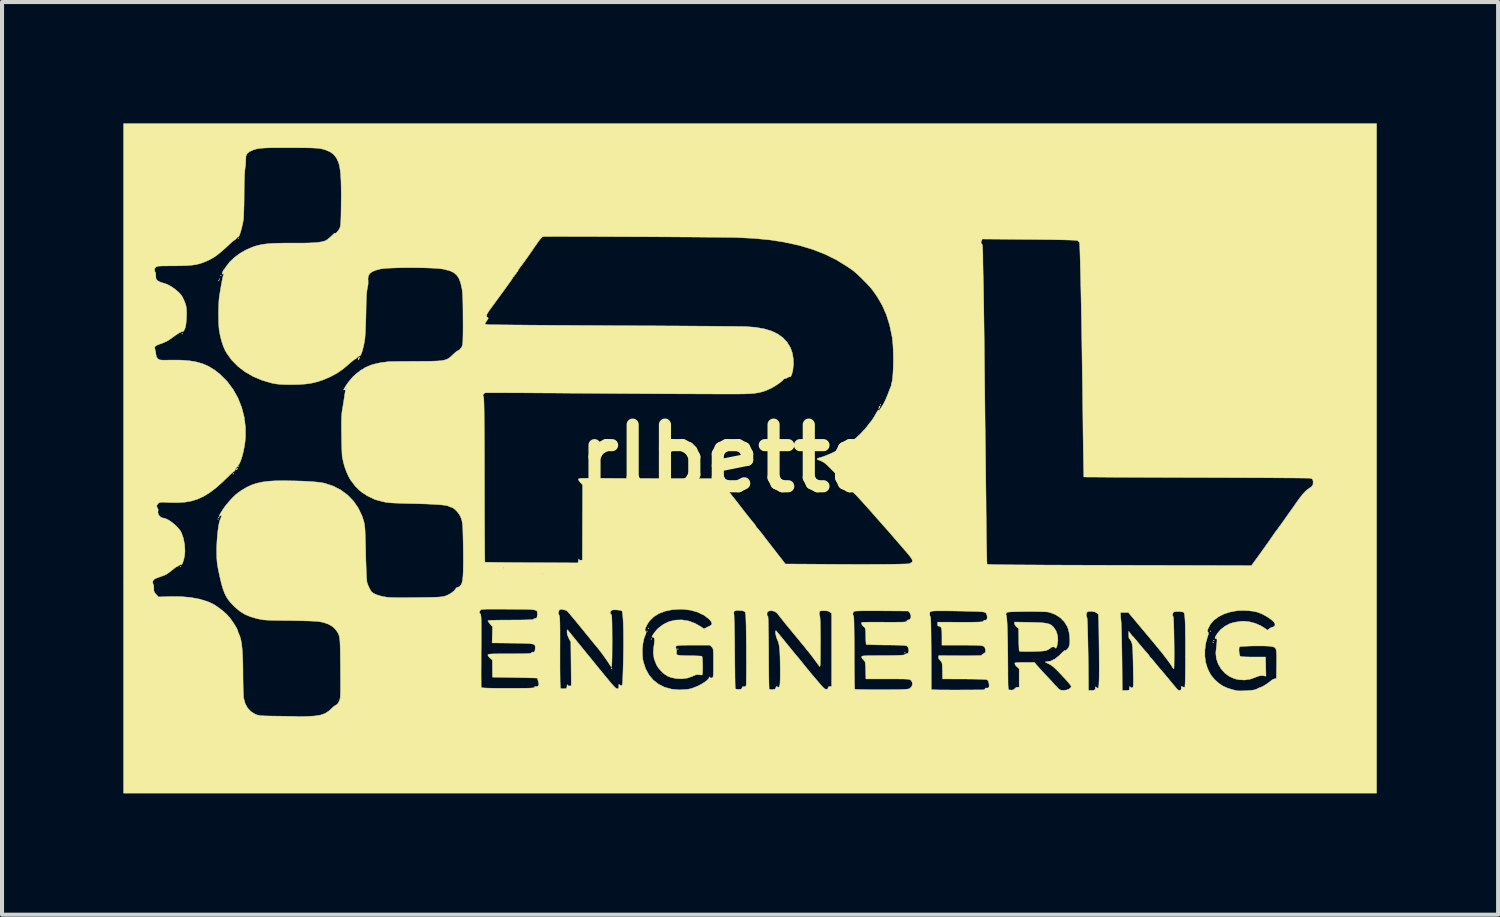
<source format=kicad_pcb>
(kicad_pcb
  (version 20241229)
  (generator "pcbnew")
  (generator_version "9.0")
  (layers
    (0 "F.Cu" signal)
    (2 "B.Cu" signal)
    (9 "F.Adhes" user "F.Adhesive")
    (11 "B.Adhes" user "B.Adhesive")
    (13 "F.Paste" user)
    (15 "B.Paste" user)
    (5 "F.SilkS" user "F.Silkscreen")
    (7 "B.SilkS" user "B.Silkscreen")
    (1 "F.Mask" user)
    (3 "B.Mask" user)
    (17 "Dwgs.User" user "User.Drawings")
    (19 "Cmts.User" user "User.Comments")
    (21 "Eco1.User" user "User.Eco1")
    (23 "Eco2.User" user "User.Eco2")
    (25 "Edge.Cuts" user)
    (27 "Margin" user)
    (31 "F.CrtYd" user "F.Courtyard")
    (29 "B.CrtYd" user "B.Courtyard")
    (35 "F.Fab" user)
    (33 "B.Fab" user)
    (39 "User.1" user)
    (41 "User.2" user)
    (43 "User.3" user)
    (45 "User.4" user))
  (footprint "rlbetter"
    (layer "F.Cu")
    (at 15.494 8.282)
    (property "Reference" "rlbetter" (at 0 0 0) (layer "F.SilkS") (effects (font (size 1.524 1.524) (thickness 0.3))))
    (attr through_hole)
    (fp_poly (pts (xy -14.068 2.673) (xy -14.077 2.682) (xy -14.085 2.673) (xy -14.077 2.664) (xy -14.068 2.673)) (stroke (width 0.01) (type solid)) (fill yes) (layer "F.SilkS"))
    (fp_poly (pts (xy -14.032 -3.082) (xy -14.041 -3.073) (xy -14.05 -3.082) (xy -14.041 -3.091) (xy -14.032 -3.082)) (stroke (width 0.01) (type solid)) (fill yes) (layer "F.SilkS"))
    (fp_poly (pts (xy -13.144 1.501) (xy -13.153 1.51) (xy -13.162 1.501) (xy -13.153 1.492) (xy -13.144 1.501)) (stroke (width 0.01) (type solid)) (fill yes) (layer "F.SilkS"))
    (fp_poly (pts (xy -13.126 -4.396) (xy -13.135 -4.387) (xy -13.144 -4.396) (xy -13.135 -4.405) (xy -13.126 -4.396)) (stroke (width 0.01) (type solid)) (fill yes) (layer "F.SilkS"))
    (fp_poly (pts (xy -13.126 1.465) (xy -13.135 1.474) (xy -13.144 1.465) (xy -13.135 1.457) (xy -13.126 1.465)) (stroke (width 0.01) (type solid)) (fill yes) (layer "F.SilkS"))
    (fp_poly (pts (xy -13.109 -4.432) (xy -13.117 -4.423) (xy -13.126 -4.432) (xy -13.117 -4.441) (xy -13.109 -4.432)) (stroke (width 0.01) (type solid)) (fill yes) (layer "F.SilkS"))
    (fp_poly (pts (xy -13.073 -4.52) (xy -13.082 -4.512) (xy -13.091 -4.52) (xy -13.082 -4.529) (xy -13.073 -4.52)) (stroke (width 0.01) (type solid)) (fill yes) (layer "F.SilkS"))
    (fp_poly (pts (xy -12.771 0.382) (xy -12.78 0.391) (xy -12.789 0.382) (xy -12.78 0.373) (xy -12.771 0.382)) (stroke (width 0.01) (type solid)) (fill yes) (layer "F.SilkS"))
    (fp_poly (pts (xy -12.647 -5.444) (xy -12.656 -5.435) (xy -12.664 -5.444) (xy -12.656 -5.453) (xy -12.647 -5.444)) (stroke (width 0.01) (type solid)) (fill yes) (layer "F.SilkS"))
    (fp_poly (pts (xy -12.647 0.204) (xy -12.656 0.213) (xy -12.664 0.204) (xy -12.656 0.195) (xy -12.647 0.204)) (stroke (width 0.01) (type solid)) (fill yes) (layer "F.SilkS"))
    (fp_poly (pts (xy -2.54 4.272) (xy -2.549 4.281) (xy -2.558 4.272) (xy -2.549 4.263) (xy -2.54 4.272)) (stroke (width 0.01) (type solid)) (fill yes) (layer "F.SilkS"))
    (fp_poly (pts (xy -2.504 4.201) (xy -2.513 4.21) (xy -2.522 4.201) (xy -2.513 4.192) (xy -2.504 4.201)) (stroke (width 0.01) (type solid)) (fill yes) (layer "F.SilkS"))
    (fp_poly (pts (xy -2.433 4.467) (xy -2.442 4.476) (xy -2.451 4.467) (xy -2.442 4.458) (xy -2.433 4.467)) (stroke (width 0.01) (type solid)) (fill yes) (layer "F.SilkS"))
    (fp_poly (pts (xy -1.776 4.716) (xy -1.785 4.725) (xy -1.794 4.716) (xy -1.785 4.707) (xy -1.776 4.716)) (stroke (width 0.01) (type solid)) (fill yes) (layer "F.SilkS"))
    (fp_poly (pts (xy 3.233 -1.323) (xy 3.224 -1.314) (xy 3.215 -1.323) (xy 3.224 -1.332) (xy 3.233 -1.323)) (stroke (width 0.01) (type solid)) (fill yes) (layer "F.SilkS"))
    (fp_poly (pts (xy 3.837 4.805) (xy 3.828 4.814) (xy 3.819 4.805) (xy 3.828 4.796) (xy 3.837 4.805)) (stroke (width 0.01) (type solid)) (fill yes) (layer "F.SilkS"))
    (fp_poly (pts (xy 11.386 4.272) (xy 11.377 4.281) (xy 11.368 4.272) (xy 11.377 4.263) (xy 11.386 4.272)) (stroke (width 0.01) (type solid)) (fill yes) (layer "F.SilkS"))
    (fp_poly (pts (xy 11.457 4.556) (xy 11.448 4.565) (xy 11.439 4.556) (xy 11.448 4.547) (xy 11.457 4.556)) (stroke (width 0.01) (type solid)) (fill yes) (layer "F.SilkS"))
    (fp_poly (pts (xy 11.474 4.503) (xy 11.466 4.512) (xy 11.457 4.503) (xy 11.466 4.494) (xy 11.474 4.503)) (stroke (width 0.01) (type solid)) (fill yes) (layer "F.SilkS"))
    (fp_poly (pts (xy -3.416 5.175) (xy -3.414 5.196) (xy -3.416 5.198) (xy -3.427 5.196) (xy -3.428 5.187) (xy -3.422 5.172) (xy -3.416 5.175)) (stroke (width 0.01) (type solid)) (fill yes) (layer "F.SilkS"))
    (fp_poly (pts (xy -12.672 0.243) (xy -12.675 0.257) (xy -12.69 0.282) (xy -12.699 0.277) (xy -12.7 0.267) (xy -12.687 0.243) (xy -12.682 0.24) (xy -12.672 0.243)) (stroke (width 0.01) (type solid)) (fill yes) (layer "F.SilkS"))
    (fp_poly (pts (xy -9.654 -2.492) (xy -9.663 -2.469) (xy -9.68 -2.441) (xy -9.688 -2.433) (xy -9.69 -2.448) (xy -9.686 -2.469) (xy -9.671 -2.498) (xy -9.66 -2.504) (xy -9.654 -2.492)) (stroke (width 0.01) (type solid)) (fill yes) (layer "F.SilkS"))
    (fp_poly (pts (xy 3.214 -1.288) (xy 3.206 -1.259) (xy 3.197 -1.243) (xy 3.183 -1.229) (xy 3.18 -1.234) (xy 3.189 -1.264) (xy 3.197 -1.279) (xy 3.211 -1.293) (xy 3.214 -1.288)) (stroke (width 0.01) (type solid)) (fill yes) (layer "F.SilkS"))
    (fp_poly (pts (xy 6.923 4.053) (xy 7.07 4.057) (xy 7.186 4.062) (xy 7.276 4.07) (xy 7.346 4.082) (xy 7.4 4.098) (xy 7.443 4.12) (xy 7.48 4.15) (xy 7.512 4.185) (xy 7.569 4.274) (xy 7.602 4.382) (xy 7.61 4.501) (xy 7.591 4.621) (xy 7.583 4.649) (xy 7.568 4.687) (xy 7.556 4.695) (xy 7.542 4.68) (xy 7.512 4.66) (xy 7.473 4.663) (xy 7.438 4.676) (xy 7.425 4.688) (xy 7.41 4.703) (xy 7.374 4.725) (xy 7.358 4.734) (xy 7.328 4.747) (xy 7.29 4.756) (xy 7.24 4.763) (xy 7.171 4.768) (xy 7.077 4.772) (xy 6.978 4.774) (xy 6.872 4.776) (xy 6.781 4.775) (xy 6.711 4.773) (xy 6.667 4.769) (xy 6.655 4.765) (xy 6.651 4.743) (xy 6.648 4.691) (xy 6.645 4.617) (xy 6.642 4.528) (xy 6.642 4.479) (xy 6.638 4.209) (xy 6.587 4.166) (xy 6.554 4.128) (xy 6.537 4.09) (xy 6.537 4.085) (xy 6.537 4.046) (xy 6.923 4.053)) (stroke (width 0.01) (type solid)) (fill yes) (layer "F.SilkS"))
    (fp_poly (pts (xy 15.489 8.277) (xy -15.489 8.277) (xy -15.489 3.061) (xy -14.774 3.061) (xy -14.761 3.099) (xy -14.744 3.14) (xy -14.74 3.205) (xy -14.741 3.214) (xy -14.74 3.27) (xy -14.727 3.31) (xy -14.695 3.352) (xy -14.685 3.362) (xy -14.625 3.426) (xy -14.333 3.416) (xy -14.071 3.417) (xy -13.828 3.439) (xy -13.607 3.48) (xy -13.41 3.541) (xy -13.296 3.591) (xy -13.216 3.638) (xy -13.124 3.702) (xy -13.032 3.773) (xy -12.952 3.844) (xy -12.916 3.881) (xy -12.865 3.94) (xy -12.812 4.011) (xy -12.761 4.085) (xy -12.716 4.157) (xy -12.683 4.217) (xy -12.666 4.26) (xy -12.664 4.269) (xy -12.657 4.299) (xy -12.64 4.336) (xy -12.612 4.402) (xy -12.589 4.485) (xy -12.571 4.588) (xy -12.557 4.713) (xy -12.547 4.865) (xy -12.54 5.046) (xy -12.537 5.259) (xy -12.537 5.313) (xy -12.536 5.451) (xy -12.534 5.581) (xy -12.531 5.7) (xy -12.527 5.8) (xy -12.524 5.877) (xy -12.519 5.925) (xy -12.519 5.928) (xy -12.482 6.064) (xy -12.419 6.177) (xy -12.331 6.267) (xy -12.231 6.326) (xy -12.202 6.338) (xy -12.172 6.348) (xy -12.136 6.355) (xy -12.091 6.361) (xy -12.031 6.365) (xy -11.951 6.368) (xy -11.846 6.37) (xy -11.712 6.372) (xy -11.688 6.372) (xy -11.563 6.374) (xy -11.448 6.376) (xy -11.349 6.377) (xy -11.271 6.379) (xy -11.219 6.381) (xy -11.199 6.382) (xy -11.153 6.384) (xy -11.079 6.383) (xy -10.988 6.381) (xy -10.887 6.376) (xy -10.785 6.37) (xy -10.767 6.369) (xy -10.625 6.348) (xy -10.507 6.306) (xy -10.406 6.24) (xy -10.354 6.191) (xy -10.307 6.146) (xy -10.262 6.112) (xy -10.236 6.099) (xy -10.198 6.072) (xy -10.162 6.012) (xy -10.159 6.006) (xy -10.15 5.985) (xy -10.143 5.963) (xy -10.137 5.936) (xy -10.133 5.901) (xy -10.129 5.855) (xy -10.127 5.794) (xy -10.126 5.715) (xy -10.126 5.613) (xy -10.126 5.486) (xy -10.127 5.33) (xy -10.128 5.178) (xy -10.13 4.99) (xy -10.131 4.834) (xy -10.133 4.707) (xy -10.136 4.604) (xy -10.14 4.522) (xy -10.147 4.458) (xy -10.155 4.407) (xy -10.166 4.367) (xy -10.18 4.332) (xy -10.198 4.301) (xy -10.22 4.269) (xy -10.246 4.233) (xy -10.321 4.159) (xy -10.425 4.099) (xy -10.552 4.055) (xy -10.675 4.033) (xy -10.73 4.028) (xy -10.815 4.024) (xy -10.924 4.02) (xy -11.052 4.016) (xy -11.193 4.013) (xy -11.341 4.01) (xy -11.421 4.009) (xy -11.583 4.008) (xy -11.714 4.006) (xy -11.819 4.004) (xy -11.903 4.001) (xy -11.971 3.997) (xy -12.027 3.992) (xy -12.076 3.985) (xy -12.123 3.976) (xy -12.173 3.965) (xy -12.214 3.955) (xy -12.366 3.91) (xy -12.494 3.855) (xy -12.589 3.795) (xy -6.693 3.795) (xy -6.689 3.821) (xy -6.669 3.844) (xy -6.663 3.853) (xy -6.658 3.87) (xy -6.654 3.898) (xy -6.65 3.939) (xy -6.648 3.997) (xy -6.647 4.073) (xy -6.646 4.172) (xy -6.646 4.296) (xy -6.646 4.448) (xy -6.647 4.631) (xy -6.648 4.757) (xy -6.649 4.932) (xy -6.649 5.096) (xy -6.65 5.246) (xy -6.65 5.378) (xy -6.649 5.489) (xy -6.649 5.576) (xy -6.648 5.635) (xy -6.647 5.663) (xy -6.647 5.664) (xy -6.633 5.67) (xy -6.593 5.674) (xy -6.526 5.678) (xy -6.43 5.681) (xy -6.304 5.683) (xy -6.145 5.684) (xy -5.984 5.684) (xy -5.813 5.684) (xy -5.674 5.683) (xy -5.564 5.682) (xy -5.48 5.681) (xy -5.418 5.678) (xy -5.375 5.675) (xy -5.348 5.671) (xy -5.334 5.665) (xy -5.329 5.658) (xy -5.329 5.656) (xy -5.32 5.638) (xy -5.311 5.64) (xy -5.274 5.645) (xy -5.239 5.626) (xy -5.222 5.591) (xy -5.222 5.588) (xy -5.227 5.551) (xy -5.239 5.502) (xy -5.253 5.456) (xy -5.264 5.432) (xy -5.282 5.431) (xy -5.33 5.429) (xy -5.406 5.427) (xy -5.505 5.425) (xy -5.622 5.422) (xy -5.753 5.42) (xy -5.817 5.418) (xy -6.368 5.409) (xy -6.37 5.196) (xy -6.372 4.984) (xy -6.428 4.937) (xy -6.463 4.901) (xy -6.482 4.868) (xy -6.483 4.861) (xy -6.481 4.853) (xy -6.471 4.846) (xy -6.45 4.841) (xy -6.414 4.837) (xy -6.36 4.834) (xy -6.284 4.833) (xy -6.182 4.832) (xy -6.05 4.831) (xy -5.95 4.831) (xy -5.795 4.831) (xy -5.672 4.83) (xy -5.577 4.829) (xy -5.507 4.826) (xy -5.459 4.823) (xy -5.428 4.818) (xy -5.412 4.812) (xy -5.407 4.806) (xy -5.385 4.789) (xy -5.37 4.791) (xy -5.339 4.788) (xy -5.319 4.753) (xy -5.311 4.69) (xy -5.311 4.687) (xy -5.312 4.656) (xy -5.316 4.631) (xy -5.328 4.612) (xy -5.351 4.597) (xy -5.389 4.587) (xy -5.445 4.579) (xy -5.524 4.575) (xy -5.628 4.572) (xy -5.761 4.569) (xy -5.874 4.568) (xy -6.378 4.562) (xy -6.373 4.362) (xy -6.368 4.162) (xy -6.425 4.097) (xy -6.459 4.055) (xy -6.48 4.023) (xy -6.483 4.014) (xy -6.466 4.009) (xy -6.415 4.005) (xy -6.333 4.001) (xy -6.221 3.999) (xy -6.083 3.997) (xy -5.919 3.997) (xy -5.914 3.997) (xy -5.755 3.996) (xy -5.619 3.995) (xy -5.509 3.992) (xy -5.426 3.989) (xy -5.374 3.985) (xy -5.355 3.981) (xy -5.355 3.98) (xy -5.347 3.966) (xy -5.316 3.958) (xy -5.284 3.95) (xy -5.269 3.931) (xy -5.262 3.888) (xy -5.261 3.875) (xy -5.258 3.837) (xy -5.259 3.818) (xy -4.741 3.818) (xy -4.73 3.858) (xy -4.723 3.87) (xy -4.717 3.885) (xy -4.712 3.908) (xy -4.708 3.942) (xy -4.705 3.991) (xy -4.702 4.057) (xy -4.701 4.143) (xy -4.699 4.252) (xy -4.699 4.388) (xy -4.699 4.552) (xy -4.7 4.748) (xy -4.7 4.796) (xy -4.7 5.015) (xy -4.7 5.205) (xy -4.698 5.365) (xy -4.697 5.494) (xy -4.694 5.591) (xy -4.69 5.655) (xy -4.686 5.684) (xy -4.685 5.686) (xy -4.657 5.693) (xy -4.61 5.695) (xy -4.598 5.695) (xy -4.554 5.691) (xy -4.534 5.678) (xy -4.528 5.644) (xy -4.527 5.631) (xy -4.524 5.598) (xy -4.519 5.594) (xy -4.517 5.599) (xy -4.495 5.624) (xy -4.465 5.626) (xy -4.421 5.623) (xy -4.426 5.08) (xy -4.432 4.538) (xy -4.479 4.454) (xy -4.519 4.357) (xy -4.526 4.295) (xy -4.524 4.25) (xy -4.517 4.237) (xy -4.505 4.247) (xy -4.488 4.269) (xy -4.452 4.313) (xy -4.402 4.375) (xy -4.34 4.451) (xy -4.272 4.535) (xy -4.269 4.539) (xy -4.102 4.744) (xy -3.956 4.923) (xy -3.83 5.078) (xy -3.722 5.211) (xy -3.63 5.323) (xy -3.553 5.416) (xy -3.49 5.492) (xy -3.439 5.553) (xy -3.398 5.6) (xy -3.367 5.635) (xy -3.343 5.66) (xy -3.325 5.676) (xy -3.313 5.686) (xy -3.303 5.691) (xy -3.295 5.693) (xy -3.287 5.693) (xy -3.286 5.693) (xy -3.256 5.689) (xy -3.246 5.67) (xy -3.247 5.631) (xy -3.247 5.595) (xy -3.24 5.586) (xy -3.238 5.589) (xy -3.21 5.609) (xy -3.188 5.616) (xy -3.176 5.616) (xy -3.167 5.61) (xy -3.16 5.593) (xy -3.154 5.56) (xy -3.15 5.506) (xy -3.147 5.427) (xy -3.143 5.318) (xy -3.142 5.284) (xy -3.136 5.063) (xy -3.131 4.85) (xy -3.131 4.842) (xy -2.663 4.842) (xy -2.651 4.972) (xy -2.639 5.029) (xy -2.582 5.204) (xy -2.499 5.355) (xy -2.392 5.482) (xy -2.262 5.583) (xy -2.112 5.658) (xy -1.942 5.705) (xy -1.755 5.723) (xy -1.553 5.711) (xy -1.537 5.709) (xy -1.458 5.692) (xy -1.37 5.661) (xy -1.279 5.622) (xy -1.193 5.576) (xy -1.117 5.528) (xy -1.057 5.482) (xy -1.021 5.441) (xy -1.013 5.417) (xy -1.009 5.401) (xy -0.997 5.415) (xy -0.968 5.431) (xy -0.944 5.427) (xy -0.931 5.422) (xy -0.921 5.412) (xy -0.915 5.393) (xy -0.91 5.36) (xy -0.908 5.309) (xy -0.906 5.234) (xy -0.906 5.13) (xy -0.906 5.06) (xy -0.906 4.94) (xy -0.907 4.849) (xy -0.909 4.784) (xy -0.912 4.739) (xy -0.918 4.709) (xy -0.927 4.689) (xy -0.939 4.673) (xy -0.949 4.662) (xy -0.993 4.618) (xy -1.41 4.618) (xy -1.547 4.618) (xy -1.653 4.619) (xy -1.73 4.622) (xy -1.784 4.627) (xy -1.817 4.636) (xy -1.833 4.648) (xy -1.837 4.666) (xy -1.832 4.69) (xy -1.825 4.712) (xy -1.815 4.76) (xy -1.817 4.794) (xy -1.821 4.823) (xy -1.816 4.843) (xy -1.797 4.858) (xy -1.758 4.868) (xy -1.697 4.874) (xy -1.609 4.877) (xy -1.502 4.879) (xy -1.403 4.88) (xy -1.316 4.883) (xy -1.247 4.886) (xy -1.203 4.89) (xy -1.191 4.893) (xy -1.184 4.914) (xy -1.178 4.962) (xy -1.175 5.029) (xy -1.173 5.106) (xy -1.172 5.185) (xy -1.174 5.257) (xy -1.177 5.314) (xy -1.183 5.348) (xy -1.186 5.353) (xy -1.211 5.355) (xy -1.255 5.35) (xy -1.261 5.349) (xy -1.306 5.345) (xy -1.354 5.356) (xy -1.418 5.385) (xy -1.423 5.387) (xy -1.546 5.431) (xy -1.683 5.45) (xy -1.826 5.444) (xy -1.962 5.414) (xy -2.044 5.381) (xy -2.121 5.33) (xy -2.199 5.258) (xy -2.269 5.177) (xy -2.315 5.103) (xy -2.372 4.956) (xy -2.393 4.806) (xy -2.383 4.675) (xy -2.368 4.571) (xy -2.362 4.498) (xy -2.367 4.451) (xy -2.382 4.426) (xy -2.408 4.42) (xy -2.422 4.421) (xy -2.427 4.412) (xy -2.414 4.382) (xy -2.387 4.339) (xy -2.351 4.29) (xy -2.31 4.241) (xy -2.272 4.201) (xy -2.141 4.102) (xy -1.998 4.034) (xy -1.845 3.998) (xy -1.686 3.993) (xy -1.524 4.019) (xy -1.364 4.077) (xy -1.208 4.166) (xy -1.163 4.199) (xy -1.139 4.208) (xy -1.106 4.198) (xy -1.066 4.176) (xy -1.03 4.158) (xy -0.99 4.141) (xy -0.951 4.113) (xy -0.944 4.074) (xy -0.971 4.022) (xy -1.017 3.971) (xy -1.142 3.876) (xy -1.234 3.832) (xy -0.403 3.832) (xy -0.399 3.853) (xy -0.396 3.883) (xy -0.394 3.945) (xy -0.391 4.035) (xy -0.388 4.149) (xy -0.386 4.284) (xy -0.383 4.436) (xy -0.381 4.602) (xy -0.38 4.776) (xy -0.379 4.796) (xy -0.378 4.97) (xy -0.376 5.133) (xy -0.374 5.281) (xy -0.373 5.413) (xy -0.371 5.523) (xy -0.369 5.609) (xy -0.368 5.666) (xy -0.366 5.692) (xy -0.366 5.693) (xy -0.346 5.704) (xy -0.303 5.711) (xy -0.282 5.711) (xy -0.232 5.708) (xy -0.208 5.696) (xy -0.199 5.673) (xy -0.187 5.646) (xy -0.155 5.643) (xy -0.151 5.644) (xy -0.116 5.643) (xy -0.099 5.614) (xy -0.098 5.61) (xy -0.096 5.585) (xy -0.094 5.527) (xy -0.093 5.441) (xy -0.092 5.331) (xy -0.091 5.199) (xy -0.091 5.05) (xy -0.092 4.888) (xy -0.092 4.715) (xy -0.092 4.707) (xy -0.094 4.494) (xy -0.096 4.314) (xy -0.098 4.166) (xy -0.101 4.046) (xy -0.104 3.953) (xy -0.108 3.885) (xy -0.111 3.85) (xy 0.418 3.85) (xy 0.423 3.886) (xy 0.424 3.891) (xy 0.436 3.903) (xy 0.441 3.901) (xy 0.444 3.916) (xy 0.447 3.964) (xy 0.45 4.04) (xy 0.452 4.142) (xy 0.454 4.267) (xy 0.456 4.41) (xy 0.458 4.57) (xy 0.459 4.741) (xy 0.459 4.79) (xy 0.46 4.965) (xy 0.461 5.13) (xy 0.462 5.281) (xy 0.464 5.414) (xy 0.466 5.526) (xy 0.468 5.614) (xy 0.47 5.674) (xy 0.472 5.703) (xy 0.473 5.705) (xy 0.495 5.714) (xy 0.539 5.717) (xy 0.557 5.716) (xy 0.606 5.708) (xy 0.629 5.692) (xy 0.636 5.67) (xy 0.646 5.643) (xy 0.668 5.645) (xy 0.674 5.648) (xy 0.696 5.657) (xy 0.713 5.655) (xy 0.726 5.638) (xy 0.735 5.603) (xy 0.741 5.547) (xy 0.744 5.467) (xy 0.745 5.357) (xy 0.745 5.217) (xy 0.745 5.205) (xy 0.743 5.035) (xy 0.74 4.896) (xy 0.735 4.783) (xy 0.727 4.693) (xy 0.717 4.62) (xy 0.704 4.562) (xy 0.687 4.512) (xy 0.674 4.484) (xy 0.655 4.434) (xy 0.639 4.378) (xy 0.63 4.326) (xy 0.627 4.285) (xy 0.632 4.261) (xy 0.646 4.264) (xy 0.647 4.265) (xy 0.665 4.287) (xy 0.701 4.33) (xy 0.752 4.392) (xy 0.813 4.466) (xy 0.871 4.538) (xy 0.943 4.627) (xy 1.014 4.714) (xy 1.078 4.792) (xy 1.129 4.854) (xy 1.155 4.885) (xy 1.203 4.942) (xy 1.263 5.016) (xy 1.326 5.094) (xy 1.358 5.133) (xy 1.419 5.209) (xy 1.482 5.286) (xy 1.539 5.354) (xy 1.563 5.382) (xy 1.618 5.446) (xy 1.682 5.521) (xy 1.742 5.592) (xy 1.744 5.595) (xy 1.801 5.659) (xy 1.844 5.696) (xy 1.877 5.71) (xy 1.884 5.711) (xy 1.918 5.702) (xy 1.927 5.675) (xy 1.938 5.648) (xy 1.972 5.64) (xy 2.016 5.64) (xy 2.016 3.853) (xy 2.54 3.853) (xy 2.548 3.885) (xy 2.557 3.893) (xy 2.562 3.912) (xy 2.566 3.965) (xy 2.569 4.052) (xy 2.571 4.171) (xy 2.573 4.32) (xy 2.575 4.5) (xy 2.576 4.708) (xy 2.576 4.798) (xy 2.576 4.973) (xy 2.577 5.138) (xy 2.578 5.288) (xy 2.58 5.421) (xy 2.581 5.532) (xy 2.583 5.619) (xy 2.585 5.679) (xy 2.587 5.706) (xy 2.588 5.708) (xy 2.608 5.711) (xy 2.659 5.713) (xy 2.738 5.715) (xy 2.84 5.716) (xy 2.961 5.718) (xy 3.098 5.718) (xy 3.247 5.718) (xy 3.249 5.718) (xy 3.42 5.718) (xy 3.559 5.717) (xy 3.67 5.716) (xy 3.756 5.714) (xy 3.822 5.711) (xy 3.87 5.707) (xy 3.904 5.702) (xy 3.929 5.696) (xy 3.947 5.689) (xy 3.952 5.686) (xy 3.996 5.642) (xy 4.014 5.586) (xy 4.005 5.527) (xy 3.98 5.49) (xy 3.968 5.479) (xy 3.954 5.471) (xy 3.932 5.465) (xy 3.9 5.46) (xy 3.853 5.457) (xy 3.787 5.455) (xy 3.698 5.454) (xy 3.583 5.453) (xy 3.437 5.453) (xy 3.403 5.453) (xy 2.863 5.453) (xy 2.857 5.238) (xy 2.854 5.148) (xy 2.85 5.085) (xy 2.845 5.044) (xy 2.835 5.018) (xy 2.82 4.998) (xy 2.801 4.98) (xy 2.769 4.944) (xy 2.756 4.911) (xy 2.757 4.907) (xy 2.761 4.898) (xy 2.771 4.891) (xy 2.793 4.885) (xy 2.828 4.881) (xy 2.882 4.879) (xy 2.957 4.877) (xy 3.058 4.876) (xy 3.188 4.875) (xy 3.283 4.875) (xy 3.455 4.874) (xy 3.593 4.872) (xy 3.697 4.869) (xy 3.768 4.864) (xy 3.807 4.859) (xy 3.816 4.854) (xy 3.841 4.837) (xy 3.872 4.829) (xy 3.903 4.818) (xy 3.918 4.79) (xy 3.922 4.759) (xy 3.914 4.69) (xy 3.895 4.657) (xy 3.885 4.646) (xy 3.871 4.637) (xy 3.851 4.63) (xy 3.819 4.625) (xy 3.772 4.622) (xy 3.705 4.619) (xy 3.615 4.617) (xy 3.497 4.615) (xy 3.372 4.614) (xy 3.243 4.613) (xy 3.127 4.611) (xy 3.026 4.608) (xy 2.947 4.605) (xy 2.894 4.603) (xy 2.871 4.6) (xy 2.871 4.6) (xy 2.867 4.579) (xy 2.863 4.531) (xy 2.86 4.462) (xy 2.859 4.394) (xy 2.857 4.308) (xy 2.854 4.25) (xy 2.848 4.212) (xy 2.837 4.187) (xy 2.82 4.168) (xy 2.804 4.155) (xy 2.771 4.119) (xy 2.754 4.086) (xy 2.753 4.081) (xy 2.753 4.073) (xy 2.754 4.066) (xy 2.76 4.06) (xy 2.774 4.056) (xy 2.799 4.053) (xy 2.839 4.051) (xy 2.896 4.05) (xy 2.974 4.049) (xy 3.077 4.049) (xy 3.207 4.049) (xy 3.367 4.05) (xy 3.459 4.05) (xy 3.592 4.05) (xy 3.694 4.049) (xy 3.768 4.048) (xy 3.819 4.045) (xy 3.85 4.04) (xy 3.867 4.034) (xy 3.872 4.026) (xy 3.872 4.024) (xy 3.887 4.001) (xy 3.904 3.997) (xy 3.947 3.982) (xy 3.973 3.945) (xy 3.978 3.895) (xy 3.963 3.846) (xy 4.441 3.846) (xy 4.445 3.89) (xy 4.457 3.915) (xy 4.458 3.916) (xy 4.461 3.925) (xy 4.464 3.948) (xy 4.466 3.987) (xy 4.469 4.045) (xy 4.471 4.122) (xy 4.472 4.22) (xy 4.474 4.342) (xy 4.475 4.488) (xy 4.477 4.661) (xy 4.478 4.863) (xy 4.479 5.095) (xy 4.479 5.359) (xy 4.48 5.657) (xy 4.48 5.661) (xy 4.48 5.718) (xy 4.616 5.723) (xy 4.659 5.724) (xy 4.731 5.725) (xy 4.825 5.725) (xy 4.936 5.726) (xy 5.059 5.726) (xy 5.188 5.726) (xy 5.317 5.725) (xy 5.441 5.725) (xy 5.554 5.724) (xy 5.651 5.723) (xy 5.726 5.723) (xy 5.774 5.722) (xy 5.786 5.721) (xy 5.806 5.705) (xy 5.808 5.694) (xy 5.822 5.677) (xy 5.839 5.677) (xy 5.884 5.677) (xy 5.907 5.651) (xy 5.91 5.597) (xy 5.905 5.566) (xy 5.891 5.511) (xy 5.871 5.482) (xy 5.844 5.469) (xy 5.815 5.466) (xy 5.756 5.463) (xy 5.671 5.46) (xy 5.565 5.458) (xy 5.443 5.456) (xy 5.311 5.455) (xy 5.28 5.455) (xy 4.76 5.453) (xy 4.757 5.298) (xy 4.755 5.197) (xy 4.752 5.126) (xy 4.747 5.078) (xy 4.739 5.045) (xy 4.726 5.023) (xy 4.707 5.004) (xy 4.7 4.997) (xy 4.663 4.951) (xy 4.657 4.916) (xy 4.663 4.876) (xy 5.186 4.879) (xy 5.319 4.88) (xy 5.44 4.879) (xy 5.545 4.878) (xy 5.629 4.876) (xy 5.688 4.874) (xy 5.717 4.871) (xy 5.719 4.87) (xy 5.739 4.852) (xy 5.776 4.827) (xy 5.779 4.825) (xy 5.814 4.797) (xy 5.823 4.766) (xy 5.819 4.738) (xy 5.812 4.704) (xy 5.803 4.678) (xy 5.789 4.657) (xy 5.765 4.642) (xy 5.728 4.631) (xy 5.674 4.625) (xy 5.599 4.621) (xy 5.499 4.619) (xy 5.371 4.618) (xy 5.246 4.618) (xy 4.743 4.618) (xy 4.743 4.408) (xy 4.742 4.316) (xy 4.739 4.254) (xy 4.734 4.213) (xy 4.725 4.187) (xy 4.711 4.169) (xy 4.708 4.166) (xy 4.676 4.147) (xy 4.655 4.147) (xy 4.641 4.141) (xy 4.636 4.104) (xy 4.636 4.104) (xy 4.636 4.049) (xy 5.191 4.05) (xy 5.35 4.05) (xy 5.478 4.05) (xy 5.577 4.049) (xy 5.651 4.046) (xy 5.703 4.043) (xy 5.737 4.038) (xy 5.756 4.032) (xy 5.763 4.027) (xy 5.786 4.004) (xy 5.816 3.997) (xy 5.835 3.997) (xy 5.854 3.982) (xy 5.862 3.945) (xy 5.86 3.897) (xy 5.85 3.861) (xy 6.326 3.861) (xy 6.337 3.893) (xy 6.343 3.924) (xy 6.349 3.988) (xy 6.355 4.085) (xy 6.36 4.213) (xy 6.364 4.369) (xy 6.368 4.553) (xy 6.371 4.763) (xy 6.373 4.997) (xy 6.375 5.253) (xy 6.375 5.341) (xy 6.376 5.466) (xy 6.377 5.56) (xy 6.379 5.628) (xy 6.383 5.674) (xy 6.388 5.702) (xy 6.395 5.717) (xy 6.405 5.724) (xy 6.408 5.724) (xy 6.474 5.73) (xy 6.524 5.715) (xy 6.545 5.692) (xy 6.578 5.663) (xy 6.608 5.657) (xy 6.652 5.657) (xy 6.652 5.201) (xy 6.6 5.156) (xy 6.565 5.119) (xy 6.546 5.083) (xy 6.545 5.078) (xy 6.546 5.064) (xy 6.556 5.055) (xy 6.58 5.049) (xy 6.623 5.046) (xy 6.691 5.045) (xy 6.784 5.044) (xy 7.026 5.044) (xy 7.141 5.173) (xy 7.203 5.241) (xy 7.266 5.31) (xy 7.321 5.368) (xy 7.336 5.384) (xy 7.384 5.435) (xy 7.446 5.501) (xy 7.51 5.571) (xy 7.536 5.6) (xy 7.59 5.66) (xy 7.629 5.699) (xy 7.659 5.721) (xy 7.689 5.731) (xy 7.725 5.734) (xy 7.747 5.735) (xy 7.82 5.727) (xy 7.881 5.705) (xy 7.924 5.673) (xy 7.94 5.637) (xy 7.928 5.616) (xy 7.896 5.574) (xy 7.846 5.515) (xy 7.783 5.445) (xy 7.713 5.369) (xy 7.626 5.278) (xy 7.558 5.209) (xy 7.503 5.159) (xy 7.456 5.122) (xy 7.412 5.095) (xy 7.38 5.079) (xy 7.326 5.053) (xy 7.301 5.038) (xy 7.302 5.03) (xy 7.326 5.028) (xy 7.327 5.028) (xy 7.435 5.01) (xy 7.54 4.958) (xy 7.645 4.873) (xy 7.669 4.849) (xy 7.717 4.8) (xy 7.755 4.765) (xy 7.777 4.748) (xy 7.78 4.748) (xy 7.79 4.756) (xy 7.814 4.743) (xy 7.844 4.716) (xy 7.871 4.682) (xy 7.879 4.668) (xy 7.898 4.605) (xy 7.905 4.52) (xy 7.902 4.42) (xy 7.889 4.318) (xy 7.866 4.223) (xy 7.844 4.163) (xy 7.77 4.041) (xy 7.668 3.938) (xy 7.546 3.86) (xy 8.313 3.86) (xy 8.315 3.905) (xy 8.329 3.935) (xy 8.333 3.956) (xy 8.336 4.008) (xy 8.34 4.089) (xy 8.344 4.195) (xy 8.347 4.321) (xy 8.351 4.466) (xy 8.354 4.624) (xy 8.357 4.793) (xy 8.36 4.969) (xy 8.362 5.148) (xy 8.364 5.327) (xy 8.365 5.502) (xy 8.366 5.582) (xy 8.366 5.737) (xy 8.444 5.737) (xy 8.501 5.732) (xy 8.53 5.715) (xy 8.533 5.709) (xy 8.537 5.676) (xy 8.534 5.665) (xy 8.533 5.65) (xy 8.55 5.652) (xy 8.575 5.669) (xy 8.576 5.67) (xy 8.589 5.681) (xy 8.599 5.683) (xy 8.608 5.676) (xy 8.616 5.655) (xy 8.621 5.618) (xy 8.625 5.563) (xy 8.628 5.488) (xy 8.63 5.389) (xy 8.631 5.263) (xy 8.631 5.11) (xy 8.63 4.925) (xy 8.629 4.767) (xy 8.627 4.592) (xy 8.625 4.428) (xy 8.623 4.277) (xy 8.621 4.144) (xy 8.618 4.031) (xy 8.615 3.943) (xy 8.612 3.883) (xy 8.609 3.854) (xy 8.609 3.852) (xy 8.576 3.82) (xy 8.553 3.81) (xy 9.156 3.81) (xy 9.159 3.872) (xy 9.162 3.925) (xy 9.168 3.995) (xy 9.173 4.041) (xy 9.176 4.089) (xy 9.179 4.169) (xy 9.183 4.28) (xy 9.186 4.417) (xy 9.189 4.578) (xy 9.192 4.759) (xy 9.195 4.959) (xy 9.197 5.174) (xy 9.199 5.401) (xy 9.199 5.475) (xy 9.201 5.737) (xy 9.29 5.737) (xy 9.342 5.736) (xy 9.368 5.729) (xy 9.378 5.71) (xy 9.379 5.679) (xy 9.381 5.644) (xy 9.389 5.64) (xy 9.397 5.651) (xy 9.427 5.672) (xy 9.447 5.672) (xy 9.457 5.667) (xy 9.465 5.657) (xy 9.471 5.636) (xy 9.474 5.6) (xy 9.476 5.545) (xy 9.476 5.466) (xy 9.475 5.359) (xy 9.473 5.27) (xy 9.47 5.097) (xy 9.467 4.955) (xy 9.464 4.842) (xy 9.461 4.753) (xy 9.457 4.684) (xy 9.451 4.632) (xy 9.445 4.592) (xy 9.437 4.562) (xy 9.428 4.537) (xy 9.422 4.525) (xy 9.399 4.484) (xy 9.38 4.46) (xy 9.375 4.458) (xy 9.367 4.442) (xy 9.362 4.401) (xy 9.361 4.366) (xy 9.361 4.274) (xy 9.405 4.334) (xy 9.436 4.374) (xy 9.46 4.4) (xy 9.465 4.404) (xy 9.482 4.421) (xy 9.516 4.46) (xy 9.562 4.515) (xy 9.61 4.574) (xy 9.67 4.646) (xy 9.729 4.716) (xy 9.78 4.774) (xy 9.808 4.805) (xy 9.846 4.848) (xy 9.87 4.883) (xy 9.876 4.898) (xy 9.885 4.919) (xy 9.891 4.92) (xy 9.91 4.933) (xy 9.941 4.967) (xy 9.969 5) (xy 10.015 5.058) (xy 10.071 5.125) (xy 10.111 5.173) (xy 10.174 5.247) (xy 10.252 5.338) (xy 10.334 5.436) (xy 10.412 5.531) (xy 10.479 5.612) (xy 10.48 5.613) (xy 10.529 5.672) (xy 10.563 5.709) (xy 10.588 5.729) (xy 10.609 5.736) (xy 10.623 5.737) (xy 10.652 5.724) (xy 10.661 5.683) (xy 10.658 5.652) (xy 10.663 5.637) (xy 10.687 5.645) (xy 10.692 5.648) (xy 10.728 5.659) (xy 10.747 5.657) (xy 10.751 5.637) (xy 10.754 5.582) (xy 10.758 5.495) (xy 10.76 5.377) (xy 10.762 5.23) (xy 10.763 5.054) (xy 10.763 4.851) (xy 10.763 4.799) (xy 10.763 4.738) (xy 11.244 4.738) (xy 11.244 4.898) (xy 11.265 5.049) (xy 11.306 5.182) (xy 11.308 5.187) (xy 11.347 5.273) (xy 11.383 5.338) (xy 11.421 5.393) (xy 11.469 5.448) (xy 11.502 5.482) (xy 11.593 5.564) (xy 11.691 5.629) (xy 11.803 5.68) (xy 11.938 5.721) (xy 12.034 5.743) (xy 12.08 5.748) (xy 12.15 5.748) (xy 12.234 5.745) (xy 12.321 5.74) (xy 12.4 5.733) (xy 12.462 5.724) (xy 12.487 5.718) (xy 12.533 5.7) (xy 12.564 5.683) (xy 12.566 5.681) (xy 12.599 5.667) (xy 12.606 5.666) (xy 12.636 5.656) (xy 12.686 5.631) (xy 12.745 5.595) (xy 12.804 5.556) (xy 12.855 5.517) (xy 12.869 5.505) (xy 12.914 5.472) (xy 12.959 5.452) (xy 12.966 5.45) (xy 13.011 5.444) (xy 13.016 5.085) (xy 13.017 4.953) (xy 13.017 4.852) (xy 13.012 4.777) (xy 13.003 4.725) (xy 12.986 4.69) (xy 12.96 4.669) (xy 12.924 4.657) (xy 12.876 4.649) (xy 12.85 4.645) (xy 12.793 4.641) (xy 12.715 4.638) (xy 12.621 4.637) (xy 12.52 4.637) (xy 12.416 4.638) (xy 12.317 4.641) (xy 12.229 4.645) (xy 12.159 4.649) (xy 12.114 4.655) (xy 12.101 4.659) (xy 12.09 4.685) (xy 12.087 4.733) (xy 12.09 4.79) (xy 12.099 4.845) (xy 12.111 4.885) (xy 12.117 4.893) (xy 12.14 4.9) (xy 12.195 4.905) (xy 12.275 4.909) (xy 12.377 4.911) (xy 12.439 4.911) (xy 12.744 4.911) (xy 12.754 5.385) (xy 12.684 5.373) (xy 12.623 5.371) (xy 12.56 5.387) (xy 12.528 5.4) (xy 12.372 5.457) (xy 12.222 5.48) (xy 12.075 5.471) (xy 11.969 5.445) (xy 11.846 5.389) (xy 11.736 5.306) (xy 11.644 5.203) (xy 11.574 5.084) (xy 11.529 4.955) (xy 11.514 4.824) (xy 11.517 4.771) (xy 11.53 4.659) (xy 11.538 4.578) (xy 11.543 4.522) (xy 11.543 4.487) (xy 11.54 4.468) (xy 11.532 4.46) (xy 11.521 4.458) (xy 11.499 4.453) (xy 11.495 4.433) (xy 11.5 4.423) (xy 11.51 4.423) (xy 11.516 4.437) (xy 11.522 4.435) (xy 11.524 4.414) (xy 11.522 4.411) (xy 11.511 4.413) (xy 11.51 4.423) (xy 11.5 4.423) (xy 11.512 4.394) (xy 11.55 4.333) (xy 11.555 4.325) (xy 11.634 4.233) (xy 11.739 4.151) (xy 11.859 4.087) (xy 11.876 4.081) (xy 11.934 4.064) (xy 12.012 4.047) (xy 12.097 4.034) (xy 12.173 4.026) (xy 12.203 4.025) (xy 12.34 4.039) (xy 12.485 4.077) (xy 12.621 4.135) (xy 12.731 4.203) (xy 12.789 4.247) (xy 12.836 4.211) (xy 12.877 4.185) (xy 12.913 4.174) (xy 12.913 4.174) (xy 12.954 4.159) (xy 12.977 4.123) (xy 12.976 4.087) (xy 12.949 4.044) (xy 12.895 3.994) (xy 12.822 3.941) (xy 12.737 3.889) (xy 12.647 3.843) (xy 12.558 3.808) (xy 12.538 3.801) (xy 12.44 3.78) (xy 12.32 3.766) (xy 12.192 3.76) (xy 12.071 3.764) (xy 12.044 3.766) (xy 11.875 3.796) (xy 11.72 3.846) (xy 11.583 3.914) (xy 11.469 3.999) (xy 11.382 4.097) (xy 11.325 4.206) (xy 11.324 4.207) (xy 11.31 4.255) (xy 11.311 4.283) (xy 11.322 4.298) (xy 11.333 4.314) (xy 11.331 4.344) (xy 11.317 4.394) (xy 11.304 4.43) (xy 11.264 4.579) (xy 11.244 4.738) (xy 10.763 4.738) (xy 10.763 4.581) (xy 10.762 4.396) (xy 10.761 4.325) (xy 11.279 4.325) (xy 11.288 4.334) (xy 11.297 4.325) (xy 11.288 4.316) (xy 11.279 4.325) (xy 10.761 4.325) (xy 10.76 4.241) (xy 10.758 4.115) (xy 10.754 4.014) (xy 10.749 3.936) (xy 10.743 3.878) (xy 10.736 3.839) (xy 10.728 3.815) (xy 10.722 3.807) (xy 10.695 3.797) (xy 10.644 3.79) (xy 10.584 3.787) (xy 10.526 3.789) (xy 10.483 3.795) (xy 10.471 3.801) (xy 10.452 3.831) (xy 10.444 3.87) (xy 10.451 3.902) (xy 10.461 3.911) (xy 10.465 3.929) (xy 10.468 3.978) (xy 10.472 4.052) (xy 10.475 4.148) (xy 10.478 4.259) (xy 10.48 4.382) (xy 10.482 4.511) (xy 10.484 4.642) (xy 10.485 4.77) (xy 10.485 4.89) (xy 10.484 4.997) (xy 10.483 5.087) (xy 10.481 5.155) (xy 10.479 5.195) (xy 10.476 5.204) (xy 10.459 5.19) (xy 10.442 5.164) (xy 10.416 5.122) (xy 10.372 5.058) (xy 10.315 4.98) (xy 10.25 4.894) (xy 10.181 4.806) (xy 10.13 4.743) (xy 10.076 4.678) (xy 10.026 4.618) (xy 9.988 4.571) (xy 9.976 4.556) (xy 9.942 4.516) (xy 9.89 4.453) (xy 9.822 4.372) (xy 9.743 4.277) (xy 9.656 4.174) (xy 9.566 4.066) (xy 9.494 3.98) (xy 9.351 3.81) (xy 9.156 3.81) (xy 8.553 3.81) (xy 8.519 3.796) (xy 8.451 3.783) (xy 8.382 3.784) (xy 8.341 3.794) (xy 8.322 3.818) (xy 8.313 3.86) (xy 7.546 3.86) (xy 7.544 3.859) (xy 7.403 3.807) (xy 7.378 3.801) (xy 7.333 3.796) (xy 7.256 3.791) (xy 7.154 3.788) (xy 7.029 3.787) (xy 6.887 3.787) (xy 6.823 3.787) (xy 6.68 3.789) (xy 6.569 3.791) (xy 6.485 3.793) (xy 6.424 3.797) (xy 6.383 3.801) (xy 6.357 3.807) (xy 6.342 3.814) (xy 6.335 3.822) (xy 6.326 3.861) (xy 5.85 3.861) (xy 5.848 3.852) (xy 5.829 3.822) (xy 5.817 3.813) (xy 5.801 3.805) (xy 5.775 3.799) (xy 5.737 3.794) (xy 5.682 3.79) (xy 5.607 3.786) (xy 5.508 3.783) (xy 5.381 3.78) (xy 5.223 3.776) (xy 5.2 3.776) (xy 5.054 3.773) (xy 4.916 3.771) (xy 4.791 3.77) (xy 4.684 3.77) (xy 4.599 3.771) (xy 4.542 3.773) (xy 4.522 3.775) (xy 4.473 3.784) (xy 4.449 3.798) (xy 4.441 3.823) (xy 4.441 3.846) (xy 3.963 3.846) (xy 3.961 3.841) (xy 3.945 3.816) (xy 3.911 3.774) (xy 3.25 3.769) (xy 3.064 3.768) (xy 2.911 3.768) (xy 2.79 3.769) (xy 2.696 3.771) (xy 2.63 3.774) (xy 2.587 3.778) (xy 2.566 3.784) (xy 2.565 3.785) (xy 2.547 3.815) (xy 2.54 3.853) (xy 2.016 3.853) (xy 2.016 3.833) (xy 1.974 3.8) (xy 1.932 3.777) (xy 1.871 3.767) (xy 1.828 3.766) (xy 1.769 3.767) (xy 1.736 3.773) (xy 1.72 3.788) (xy 1.713 3.808) (xy 1.712 3.857) (xy 1.721 3.887) (xy 1.727 3.917) (xy 1.732 3.982) (xy 1.736 4.083) (xy 1.738 4.219) (xy 1.74 4.39) (xy 1.74 4.55) (xy 1.739 4.716) (xy 1.739 4.849) (xy 1.738 4.953) (xy 1.737 5.031) (xy 1.734 5.086) (xy 1.731 5.122) (xy 1.727 5.141) (xy 1.722 5.146) (xy 1.715 5.142) (xy 1.709 5.134) (xy 1.685 5.101) (xy 1.647 5.049) (xy 1.599 4.984) (xy 1.565 4.938) (xy 1.533 4.897) (xy 1.503 4.857) (xy 1.47 4.815) (xy 1.433 4.769) (xy 1.389 4.714) (xy 1.336 4.648) (xy 1.27 4.568) (xy 1.189 4.47) (xy 1.091 4.351) (xy 0.973 4.208) (xy 0.967 4.201) (xy 0.898 4.117) (xy 0.832 4.035) (xy 0.774 3.962) (xy 0.731 3.906) (xy 0.714 3.884) (xy 0.659 3.819) (xy 0.604 3.782) (xy 0.538 3.767) (xy 0.506 3.766) (xy 0.452 3.778) (xy 0.422 3.812) (xy 0.418 3.85) (xy -0.111 3.85) (xy -0.112 3.839) (xy -0.117 3.812) (xy -0.12 3.807) (xy -0.139 3.785) (xy -0.171 3.771) (xy -0.225 3.764) (xy -0.253 3.762) (xy -0.33 3.76) (xy -0.377 3.769) (xy -0.4 3.792) (xy -0.403 3.832) (xy -1.234 3.832) (xy -1.291 3.804) (xy -1.461 3.755) (xy -1.646 3.731) (xy -1.723 3.729) (xy -1.922 3.741) (xy -2.099 3.777) (xy -2.254 3.836) (xy -2.384 3.918) (xy -2.488 4.021) (xy -2.557 4.128) (xy -2.584 4.187) (xy -2.596 4.224) (xy -2.595 4.249) (xy -2.584 4.269) (xy -2.569 4.299) (xy -2.575 4.331) (xy -2.585 4.354) (xy -2.622 4.451) (xy -2.648 4.571) (xy -2.662 4.705) (xy -2.663 4.842) (xy -3.131 4.842) (xy -3.129 4.648) (xy -3.129 4.459) (xy -3.13 4.287) (xy -3.134 4.135) (xy -3.139 4.005) (xy -3.146 3.901) (xy -3.154 3.824) (xy -3.164 3.779) (xy -3.17 3.769) (xy -3.196 3.76) (xy -3.244 3.752) (xy -3.303 3.746) (xy -3.359 3.745) (xy -3.4 3.748) (xy -3.407 3.75) (xy -3.44 3.773) (xy -3.452 3.791) (xy -3.456 3.825) (xy -3.448 3.854) (xy -3.431 3.864) (xy -3.426 3.862) (xy -3.422 3.877) (xy -3.419 3.924) (xy -3.416 4) (xy -3.413 4.103) (xy -3.412 4.229) (xy -3.411 4.374) (xy -3.41 4.502) (xy -3.411 4.682) (xy -3.412 4.835) (xy -3.414 4.96) (xy -3.417 5.055) (xy -3.421 5.119) (xy -3.426 5.149) (xy -3.428 5.151) (xy -3.447 5.137) (xy -3.47 5.103) (xy -3.47 5.102) (xy -3.495 5.062) (xy -3.536 5.001) (xy -3.587 4.928) (xy -3.643 4.85) (xy -3.699 4.775) (xy -3.749 4.711) (xy -3.774 4.68) (xy -3.801 4.648) (xy -3.847 4.593) (xy -3.908 4.518) (xy -3.98 4.429) (xy -4.062 4.329) (xy -4.148 4.222) (xy -4.166 4.201) (xy -4.251 4.096) (xy -4.33 4) (xy -4.4 3.916) (xy -4.458 3.848) (xy -4.5 3.799) (xy -4.525 3.773) (xy -4.528 3.77) (xy -4.565 3.753) (xy -4.618 3.74) (xy -4.632 3.737) (xy -4.681 3.733) (xy -4.707 3.741) (xy -4.725 3.767) (xy -4.728 3.775) (xy -4.741 3.818) (xy -5.259 3.818) (xy -5.259 3.806) (xy -5.266 3.782) (xy -5.284 3.764) (xy -5.315 3.751) (xy -5.362 3.742) (xy -5.43 3.736) (xy -5.522 3.732) (xy -5.641 3.731) (xy -5.79 3.73) (xy -5.868 3.729) (xy -6.054 3.728) (xy -6.208 3.728) (xy -6.333 3.727) (xy -6.432 3.728) (xy -6.508 3.728) (xy -6.564 3.73) (xy -6.604 3.732) (xy -6.631 3.736) (xy -6.649 3.74) (xy -6.659 3.746) (xy -6.666 3.753) (xy -6.671 3.761) (xy -6.693 3.795) (xy -12.589 3.795) (xy -12.609 3.783) (xy -12.723 3.688) (xy -12.774 3.639) (xy -12.844 3.565) (xy -12.903 3.492) (xy -12.952 3.415) (xy -12.994 3.328) (xy -13.032 3.225) (xy -13.068 3.102) (xy -13.104 2.953) (xy -13.13 2.834) (xy -13.153 2.722) (xy -13.169 2.63) (xy -13.179 2.546) (xy -13.185 2.459) (xy -13.187 2.355) (xy -13.188 2.282) (xy -13.186 2.161) (xy -13.179 2.032) (xy -13.169 1.903) (xy -13.156 1.782) (xy -13.141 1.675) (xy -13.125 1.59) (xy -13.11 1.536) (xy -13.092 1.493) (xy -13.076 1.452) (xy -13.066 1.414) (xy -13.076 1.404) (xy -13.104 1.424) (xy -13.105 1.425) (xy -13.124 1.439) (xy -13.127 1.43) (xy -13.115 1.401) (xy -13.092 1.357) (xy -13.06 1.305) (xy -13.023 1.247) (xy -12.983 1.191) (xy -12.948 1.146) (xy -12.859 1.041) (xy -12.783 0.96) (xy -12.712 0.893) (xy -12.638 0.835) (xy -12.558 0.781) (xy -12.442 0.713) (xy -12.325 0.658) (xy -12.202 0.617) (xy -12.067 0.586) (xy -11.916 0.566) (xy -11.741 0.555) (xy -11.538 0.552) (xy -11.484 0.553) (xy -11.252 0.557) (xy -11.046 0.563) (xy -10.866 0.573) (xy -10.717 0.585) (xy -10.598 0.599) (xy -10.52 0.614) (xy -10.31 0.683) (xy -10.119 0.781) (xy -9.951 0.905) (xy -9.806 1.054) (xy -9.687 1.226) (xy -9.595 1.419) (xy -9.553 1.545) (xy -9.543 1.584) (xy -9.535 1.624) (xy -9.529 1.67) (xy -9.523 1.726) (xy -9.518 1.796) (xy -9.514 1.885) (xy -9.511 1.996) (xy -9.507 2.134) (xy -9.503 2.302) (xy -9.503 2.336) (xy -9.499 2.499) (xy -9.494 2.649) (xy -9.489 2.783) (xy -9.484 2.896) (xy -9.479 2.984) (xy -9.473 3.044) (xy -9.469 3.068) (xy -9.443 3.142) (xy -9.406 3.221) (xy -9.366 3.287) (xy -9.356 3.301) (xy -9.308 3.337) (xy -9.231 3.373) (xy -9.127 3.404) (xy -9.063 3.418) (xy -9.019 3.426) (xy -8.972 3.433) (xy -8.917 3.438) (xy -8.851 3.441) (xy -8.769 3.443) (xy -8.667 3.444) (xy -8.54 3.444) (xy -8.384 3.442) (xy -8.273 3.441) (xy -8.102 3.439) (xy -7.963 3.437) (xy -7.852 3.435) (xy -7.764 3.432) (xy -7.696 3.429) (xy -7.643 3.424) (xy -7.601 3.418) (xy -7.567 3.411) (xy -7.537 3.403) (xy -7.522 3.398) (xy -7.449 3.366) (xy -7.379 3.323) (xy -7.32 3.275) (xy -7.281 3.23) (xy -7.273 3.214) (xy -7.251 3.192) (xy -7.226 3.187) (xy -7.185 3.172) (xy -7.148 3.13) (xy -7.131 3.098) (xy -7.117 3.053) (xy -7.106 2.993) (xy -7.098 2.914) (xy -7.095 2.851) (xy -5.133 2.851) (xy -5.124 2.86) (xy -5.116 2.851) (xy -5.124 2.842) (xy -5.133 2.851) (xy -7.095 2.851) (xy -7.093 2.813) (xy -7.09 2.709) (xy -6.11 2.709) (xy -6.101 2.718) (xy -6.092 2.709) (xy -6.101 2.7) (xy -6.11 2.709) (xy -7.09 2.709) (xy -7.09 2.689) (xy -7.089 2.537) (xy -7.09 2.355) (xy -7.092 2.176) (xy -7.095 2.012) (xy -7.098 1.88) (xy -7.101 1.774) (xy -7.105 1.69) (xy -7.111 1.624) (xy -7.118 1.572) (xy -7.128 1.528) (xy -7.14 1.489) (xy -7.156 1.449) (xy -7.162 1.434) (xy -7.194 1.378) (xy -7.239 1.32) (xy -7.291 1.267) (xy -7.341 1.228) (xy -7.381 1.208) (xy -7.388 1.208) (xy -7.424 1.199) (xy -7.434 1.192) (xy -7.462 1.178) (xy -7.514 1.165) (xy -7.591 1.154) (xy -7.696 1.144) (xy -7.83 1.136) (xy -7.995 1.128) (xy -8.192 1.122) (xy -8.313 1.119) (xy -8.484 1.115) (xy -8.624 1.111) (xy -8.738 1.107) (xy -8.828 1.103) (xy -8.901 1.098) (xy -8.961 1.092) (xy -9.01 1.085) (xy -9.055 1.076) (xy -9.094 1.066) (xy -9.167 1.047) (xy -9.23 1.03) (xy -9.273 1.017) (xy -9.281 1.014) (xy -9.465 0.926) (xy -9.623 0.82) (xy -9.759 0.691) (xy -9.877 0.534) (xy -9.886 0.521) (xy -9.93 0.44) (xy -9.976 0.337) (xy -10.017 0.227) (xy -10.048 0.122) (xy -10.06 0.071) (xy -10.071 0.014) (xy -10.083 -0.035) (xy -10.083 -0.036) (xy -10.086 -0.065) (xy -10.089 -0.124) (xy -10.093 -0.209) (xy -10.096 -0.314) (xy -10.099 -0.434) (xy -10.101 -0.564) (xy -10.101 -0.566) (xy -10.103 -0.724) (xy -10.103 -0.852) (xy -10.102 -0.956) (xy -10.099 -1.04) (xy -10.093 -1.111) (xy -10.086 -1.173) (xy -10.079 -1.214) (xy -10.064 -1.304) (xy -10.049 -1.397) (xy -10.037 -1.476) (xy -10.034 -1.492) (xy -10.024 -1.561) (xy -10.024 -1.562) (xy -6.602 -1.562) (xy -6.593 -1.523) (xy -6.59 -1.519) (xy -6.587 -1.505) (xy -6.583 -1.472) (xy -6.581 -1.417) (xy -6.578 -1.34) (xy -6.576 -1.239) (xy -6.574 -1.113) (xy -6.573 -0.961) (xy -6.571 -0.781) (xy -6.57 -0.572) (xy -6.569 -0.333) (xy -6.568 -0.062) (xy -6.568 0.242) (xy -6.567 0.533) (xy -6.567 0.798) (xy -6.566 1.053) (xy -6.566 1.296) (xy -6.565 1.525) (xy -6.564 1.737) (xy -6.563 1.929) (xy -6.562 2.101) (xy -6.561 2.249) (xy -6.56 2.371) (xy -6.558 2.466) (xy -6.557 2.53) (xy -6.556 2.562) (xy -6.555 2.566) (xy -6.536 2.567) (xy -6.485 2.568) (xy -6.404 2.569) (xy -6.296 2.571) (xy -6.165 2.572) (xy -6.013 2.574) (xy -5.844 2.575) (xy -5.66 2.576) (xy -5.465 2.578) (xy -5.4 2.578) (xy -4.254 2.584) (xy -4.243 2.522) (xy -4.236 2.49) (xy -4.231 2.487) (xy -4.23 2.492) (xy -4.217 2.517) (xy -4.187 2.519) (xy -4.147 2.513) (xy -4.141 0.653) (xy -4.193 0.6) (xy -4.226 0.56) (xy -4.244 0.525) (xy -4.245 0.518) (xy -4.243 0.509) (xy -4.233 0.503) (xy -4.213 0.498) (xy -4.178 0.494) (xy -4.125 0.492) (xy -4.05 0.491) (xy -3.949 0.491) (xy -3.819 0.492) (xy -3.717 0.492) (xy -3.604 0.493) (xy -3.46 0.494) (xy -3.291 0.495) (xy -3.101 0.496) (xy -2.894 0.496) (xy -2.676 0.497) (xy -2.452 0.498) (xy -2.226 0.498) (xy -2.003 0.498) (xy -1.984 0.499) (xy -0.779 0.5) (xy -0.572 0.763) (xy -0.487 0.87) (xy -0.391 0.992) (xy -0.294 1.116) (xy -0.205 1.23) (xy -0.169 1.277) (xy -0.101 1.364) (xy -0.037 1.445) (xy 0.02 1.516) (xy 0.063 1.569) (xy 0.084 1.595) (xy 0.118 1.635) (xy 0.139 1.665) (xy 0.142 1.673) (xy 0.153 1.695) (xy 0.164 1.708) (xy 0.209 1.758) (xy 0.261 1.821) (xy 0.309 1.881) (xy 0.329 1.908) (xy 0.35 1.937) (xy 0.39 1.989) (xy 0.444 2.059) (xy 0.507 2.14) (xy 0.576 2.229) (xy 0.581 2.235) (xy 0.65 2.324) (xy 0.714 2.406) (xy 0.769 2.477) (xy 0.81 2.53) (xy 0.834 2.561) (xy 0.835 2.562) (xy 0.873 2.611) (xy 1.533 2.615) (xy 1.924 2.618) (xy 2.282 2.62) (xy 2.605 2.621) (xy 2.894 2.621) (xy 3.148 2.62) (xy 3.368 2.619) (xy 3.554 2.617) (xy 3.704 2.614) (xy 3.82 2.611) (xy 3.901 2.607) (xy 3.946 2.602) (xy 3.957 2.598) (xy 3.978 2.577) (xy 3.989 2.576) (xy 4.009 2.56) (xy 4.014 2.531) (xy 4.002 2.496) (xy 3.965 2.439) (xy 3.902 2.36) (xy 3.863 2.314) (xy 3.759 2.194) (xy 3.673 2.095) (xy 3.599 2.009) (xy 3.53 1.929) (xy 3.514 1.911) (xy 3.469 1.859) (xy 3.414 1.796) (xy 3.374 1.751) (xy 3.339 1.711) (xy 3.284 1.65) (xy 3.216 1.573) (xy 3.138 1.484) (xy 3.054 1.39) (xy 3.012 1.341) (xy 2.9 1.215) (xy 2.779 1.081) (xy 2.652 0.943) (xy 2.524 0.805) (xy 2.397 0.67) (xy 2.275 0.541) (xy 2.16 0.422) (xy 2.057 0.317) (xy 1.969 0.229) (xy 1.899 0.162) (xy 1.864 0.13) (xy 1.808 0.091) (xy 1.746 0.059) (xy 1.73 0.054) (xy 1.676 0.034) (xy 1.653 0.018) (xy 1.663 0.003) (xy 1.707 -0.013) (xy 1.753 -0.026) (xy 1.829 -0.05) (xy 1.926 -0.089) (xy 2.036 -0.137) (xy 2.149 -0.191) (xy 2.256 -0.246) (xy 2.336 -0.291) (xy 2.451 -0.368) (xy 2.574 -0.466) (xy 2.696 -0.575) (xy 2.806 -0.687) (xy 2.895 -0.792) (xy 2.9 -0.799) (xy 2.938 -0.85) (xy 2.968 -0.888) (xy 2.983 -0.906) (xy 2.983 -0.906) (xy 3.006 -0.934) (xy 3.04 -0.985) (xy 3.08 -1.049) (xy 3.117 -1.115) (xy 3.145 -1.163) (xy 3.166 -1.193) (xy 3.176 -1.199) (xy 3.175 -1.18) (xy 3.169 -1.167) (xy 3.168 -1.163) (xy 3.186 -1.181) (xy 3.194 -1.189) (xy 3.242 -1.255) (xy 3.296 -1.344) (xy 3.349 -1.449) (xy 3.396 -1.56) (xy 3.409 -1.594) (xy 3.435 -1.664) (xy 3.459 -1.726) (xy 3.477 -1.767) (xy 3.48 -1.774) (xy 3.492 -1.803) (xy 3.491 -1.812) (xy 3.49 -1.826) (xy 3.498 -1.854) (xy 3.513 -1.912) (xy 3.524 -1.999) (xy 3.533 -2.109) (xy 3.539 -2.236) (xy 3.542 -2.374) (xy 3.542 -2.516) (xy 3.539 -2.656) (xy 3.533 -2.789) (xy 3.523 -2.908) (xy 3.511 -3.007) (xy 3.51 -3.011) (xy 3.45 -3.294) (xy 3.369 -3.551) (xy 3.266 -3.786) (xy 3.15 -3.984) (xy 3.089 -4.074) (xy 3.039 -4.145) (xy 2.991 -4.206) (xy 2.939 -4.266) (xy 2.875 -4.332) (xy 2.793 -4.414) (xy 2.789 -4.419) (xy 2.714 -4.493) (xy 2.657 -4.547) (xy 2.611 -4.589) (xy 2.568 -4.625) (xy 2.522 -4.66) (xy 2.464 -4.7) (xy 2.392 -4.749) (xy 2.132 -4.909) (xy 1.852 -5.047) (xy 1.55 -5.165) (xy 1.224 -5.263) (xy 0.874 -5.341) (xy 0.839 -5.347) (xy 5.711 -5.347) (xy 5.716 -5.311) (xy 5.735 -5.293) (xy 5.738 -5.293) (xy 5.742 -5.276) (xy 5.747 -5.229) (xy 5.751 -5.157) (xy 5.754 -5.066) (xy 5.756 -4.961) (xy 5.756 -4.942) (xy 5.757 -4.826) (xy 5.759 -4.714) (xy 5.761 -4.615) (xy 5.762 -4.536) (xy 5.764 -4.485) (xy 5.765 -4.436) (xy 5.767 -4.354) (xy 5.769 -4.242) (xy 5.772 -4.103) (xy 5.774 -3.939) (xy 5.777 -3.753) (xy 5.78 -3.549) (xy 5.783 -3.328) (xy 5.786 -3.094) (xy 5.789 -2.848) (xy 5.791 -2.595) (xy 5.794 -2.337) (xy 5.797 -2.076) (xy 5.8 -1.815) (xy 5.801 -1.75) (xy 5.803 -1.548) (xy 5.805 -1.347) (xy 5.807 -1.151) (xy 5.809 -0.966) (xy 5.811 -0.796) (xy 5.813 -0.644) (xy 5.815 -0.516) (xy 5.816 -0.417) (xy 5.817 -0.372) (xy 5.818 -0.299) (xy 5.82 -0.195) (xy 5.821 -0.062) (xy 5.823 0.095) (xy 5.825 0.273) (xy 5.827 0.467) (xy 5.829 0.674) (xy 5.832 0.891) (xy 5.834 1.113) (xy 5.835 1.28) (xy 5.838 1.493) (xy 5.84 1.697) (xy 5.842 1.887) (xy 5.845 2.061) (xy 5.848 2.216) (xy 5.85 2.35) (xy 5.853 2.46) (xy 5.855 2.543) (xy 5.858 2.595) (xy 5.86 2.615) (xy 5.86 2.615) (xy 5.866 2.617) (xy 5.881 2.62) (xy 5.906 2.622) (xy 5.943 2.623) (xy 5.992 2.625) (xy 6.056 2.627) (xy 6.134 2.628) (xy 6.23 2.629) (xy 6.344 2.631) (xy 6.477 2.632) (xy 6.63 2.633) (xy 6.806 2.634) (xy 7.005 2.635) (xy 7.228 2.637) (xy 7.478 2.638) (xy 7.754 2.639) (xy 8.059 2.64) (xy 8.394 2.641) (xy 8.76 2.642) (xy 9.159 2.643) (xy 9.591 2.644) (xy 9.754 2.644) (xy 12.394 2.651) (xy 12.477 2.538) (xy 12.544 2.446) (xy 12.619 2.342) (xy 12.697 2.233) (xy 12.774 2.125) (xy 12.844 2.026) (xy 12.901 1.943) (xy 12.933 1.897) (xy 12.971 1.842) (xy 13.001 1.799) (xy 13.019 1.777) (xy 13.02 1.776) (xy 13.034 1.759) (xy 13.064 1.718) (xy 13.107 1.659) (xy 13.159 1.586) (xy 13.188 1.545) (xy 13.245 1.464) (xy 13.297 1.39) (xy 13.34 1.329) (xy 13.369 1.289) (xy 13.376 1.279) (xy 13.402 1.243) (xy 13.44 1.189) (xy 13.484 1.126) (xy 13.494 1.11) (xy 13.594 0.972) (xy 13.681 0.864) (xy 13.757 0.787) (xy 13.82 0.742) (xy 13.822 0.74) (xy 13.887 0.696) (xy 13.918 0.641) (xy 13.92 0.571) (xy 13.918 0.562) (xy 13.908 0.522) (xy 13.888 0.502) (xy 13.847 0.492) (xy 13.832 0.49) (xy 13.806 0.489) (xy 13.746 0.488) (xy 13.655 0.487) (xy 13.534 0.485) (xy 13.386 0.484) (xy 13.212 0.483) (xy 13.015 0.482) (xy 12.795 0.48) (xy 12.557 0.479) (xy 12.3 0.478) (xy 12.028 0.477) (xy 11.742 0.476) (xy 11.444 0.475) (xy 11.136 0.474) (xy 11.007 0.474) (xy 10.698 0.473) (xy 10.398 0.472) (xy 10.109 0.471) (xy 9.835 0.47) (xy 9.575 0.469) (xy 9.333 0.468) (xy 9.111 0.467) (xy 8.91 0.466) (xy 8.732 0.464) (xy 8.578 0.463) (xy 8.452 0.462) (xy 8.355 0.462) (xy 8.289 0.461) (xy 8.255 0.46) (xy 8.251 0.459) (xy 8.25 0.441) (xy 8.249 0.39) (xy 8.247 0.308) (xy 8.245 0.198) (xy 8.242 0.062) (xy 8.24 -0.097) (xy 8.237 -0.277) (xy 8.234 -0.475) (xy 8.231 -0.688) (xy 8.229 -0.915) (xy 8.226 -1.153) (xy 8.225 -1.217) (xy 8.221 -1.543) (xy 8.217 -1.869) (xy 8.212 -2.191) (xy 8.207 -2.509) (xy 8.203 -2.819) (xy 8.198 -3.121) (xy 8.193 -3.412) (xy 8.188 -3.69) (xy 8.183 -3.953) (xy 8.178 -4.199) (xy 8.173 -4.426) (xy 8.168 -4.633) (xy 8.163 -4.817) (xy 8.159 -4.976) (xy 8.155 -5.109) (xy 8.151 -5.212) (xy 8.148 -5.286) (xy 8.145 -5.326) (xy 8.143 -5.334) (xy 8.118 -5.367) (xy 8.095 -5.384) (xy 8.069 -5.389) (xy 8.01 -5.393) (xy 7.917 -5.397) (xy 7.79 -5.401) (xy 7.629 -5.404) (xy 7.433 -5.408) (xy 7.202 -5.41) (xy 6.936 -5.413) (xy 6.9 -5.413) (xy 5.741 -5.423) (xy 5.722 -5.386) (xy 5.711 -5.347) (xy 0.839 -5.347) (xy 0.498 -5.4) (xy 0.095 -5.439) (xy -0.337 -5.46) (xy -0.431 -5.462) (xy -0.542 -5.463) (xy -0.678 -5.465) (xy -0.838 -5.467) (xy -1.018 -5.468) (xy -1.217 -5.47) (xy -1.431 -5.472) (xy -1.658 -5.473) (xy -1.895 -5.475) (xy -2.141 -5.476) (xy -2.392 -5.478) (xy -2.647 -5.479) (xy -2.902 -5.48) (xy -3.154 -5.481) (xy -3.403 -5.482) (xy -3.644 -5.483) (xy -3.876 -5.484) (xy -4.095 -5.485) (xy -4.3 -5.485) (xy -4.488 -5.485) (xy -4.656 -5.486) (xy -4.803 -5.486) (xy -4.924 -5.485) (xy -5.018 -5.485) (xy -5.083 -5.484) (xy -5.115 -5.483) (xy -5.118 -5.483) (xy -5.146 -5.466) (xy -5.185 -5.424) (xy -5.238 -5.355) (xy -5.306 -5.257) (xy -5.309 -5.254) (xy -5.412 -5.103) (xy -5.512 -4.96) (xy -5.604 -4.832) (xy -5.683 -4.727) (xy -5.698 -4.707) (xy -5.726 -4.666) (xy -5.741 -4.637) (xy -5.741 -4.631) (xy -5.751 -4.614) (xy -5.764 -4.607) (xy -5.782 -4.59) (xy -5.78 -4.581) (xy -5.785 -4.562) (xy -5.798 -4.554) (xy -5.823 -4.532) (xy -5.826 -4.519) (xy -5.836 -4.496) (xy -5.844 -4.494) (xy -5.861 -4.481) (xy -5.862 -4.477) (xy -5.863 -4.471) (xy -5.868 -4.461) (xy -5.878 -4.445) (xy -5.894 -4.419) (xy -5.92 -4.383) (xy -5.955 -4.333) (xy -6.003 -4.267) (xy -6.063 -4.183) (xy -6.139 -4.079) (xy -6.232 -3.952) (xy -6.342 -3.801) (xy -6.42 -3.695) (xy -6.474 -3.618) (xy -6.505 -3.562) (xy -6.516 -3.524) (xy -6.507 -3.498) (xy -6.489 -3.485) (xy -6.474 -3.471) (xy -6.476 -3.452) (xy -6.499 -3.417) (xy -6.507 -3.406) (xy -6.536 -3.364) (xy -6.553 -3.331) (xy -6.554 -3.324) (xy -6.541 -3.315) (xy -6.498 -3.308) (xy -6.425 -3.304) (xy -6.328 -3.303) (xy -6.247 -3.302) (xy -6.139 -3.301) (xy -6.01 -3.3) (xy -5.869 -3.298) (xy -5.723 -3.297) (xy -5.604 -3.296) (xy -5.524 -3.295) (xy -5.412 -3.294) (xy -5.269 -3.293) (xy -5.099 -3.292) (xy -4.904 -3.29) (xy -4.687 -3.289) (xy -4.45 -3.288) (xy -4.196 -3.286) (xy -3.927 -3.285) (xy -3.647 -3.283) (xy -3.359 -3.281) (xy -3.063 -3.28) (xy -2.764 -3.278) (xy -2.709 -3.278) (xy -2.416 -3.277) (xy -2.13 -3.275) (xy -1.854 -3.274) (xy -1.59 -3.272) (xy -1.34 -3.27) (xy -1.106 -3.269) (xy -0.891 -3.267) (xy -0.697 -3.265) (xy -0.526 -3.264) (xy -0.381 -3.263) (xy -0.264 -3.261) (xy -0.177 -3.26) (xy -0.122 -3.259) (xy -0.11 -3.259) (xy 0.132 -3.24) (xy 0.343 -3.204) (xy 0.526 -3.15) (xy 0.682 -3.076) (xy 0.811 -2.984) (xy 0.916 -2.871) (xy 0.997 -2.738) (xy 1.001 -2.729) (xy 1.044 -2.606) (xy 1.068 -2.464) (xy 1.073 -2.316) (xy 1.056 -2.175) (xy 1.056 -2.173) (xy 1.034 -2.089) (xy 1.012 -2.035) (xy 0.989 -2.013) (xy 0.978 -2.016) (xy 0.955 -2.013) (xy 0.931 -1.998) (xy 0.892 -1.978) (xy 0.867 -1.972) (xy 0.838 -1.965) (xy 0.832 -1.958) (xy 0.809 -1.931) (xy 0.764 -1.892) (xy 0.703 -1.846) (xy 0.634 -1.8) (xy 0.565 -1.758) (xy 0.522 -1.735) (xy 0.423 -1.689) (xy 0.328 -1.654) (xy 0.23 -1.628) (xy 0.122 -1.61) (xy -0.003 -1.599) (xy -0.152 -1.593) (xy -0.258 -1.592) (xy -0.371 -1.591) (xy -0.519 -1.591) (xy -0.697 -1.591) (xy -0.904 -1.592) (xy -1.139 -1.593) (xy -1.397 -1.594) (xy -1.678 -1.595) (xy -1.98 -1.596) (xy -2.299 -1.598) (xy -2.634 -1.6) (xy -2.983 -1.602) (xy -3.344 -1.604) (xy -3.713 -1.607) (xy -4.09 -1.61) (xy -4.471 -1.612) (xy -4.767 -1.615) (xy -5.014 -1.616) (xy -5.25 -1.618) (xy -5.475 -1.619) (xy -5.685 -1.621) (xy -5.878 -1.621) (xy -6.052 -1.622) (xy -6.203 -1.622) (xy -6.331 -1.622) (xy -6.431 -1.622) (xy -6.502 -1.622) (xy -6.541 -1.621) (xy -6.547 -1.62) (xy -6.585 -1.599) (xy -6.602 -1.562) (xy -10.024 -1.562) (xy -10.014 -1.622) (xy -10.008 -1.656) (xy -10.004 -1.69) (xy -10.015 -1.697) (xy -10.027 -1.694) (xy -10.046 -1.689) (xy -10.046 -1.701) (xy -10.031 -1.732) (xy -10 -1.732) (xy -9.991 -1.723) (xy -9.982 -1.732) (xy -9.991 -1.741) (xy -10 -1.732) (xy -10.031 -1.732) (xy -10.03 -1.734) (xy -9.989 -1.802) (xy -9.933 -1.881) (xy -9.87 -1.959) (xy -9.811 -2.025) (xy -9.777 -2.056) (xy -9.701 -2.118) (xy -9.647 -2.161) (xy -9.611 -2.187) (xy -9.588 -2.199) (xy -9.576 -2.203) (xy -9.557 -2.212) (xy -9.556 -2.216) (xy -9.541 -2.231) (xy -9.505 -2.25) (xy -9.498 -2.253) (xy -9.45 -2.273) (xy -9.412 -2.291) (xy -9.411 -2.292) (xy -9.369 -2.308) (xy -9.304 -2.327) (xy -9.227 -2.346) (xy -9.15 -2.362) (xy -9.084 -2.373) (xy -9.078 -2.373) (xy -9.02 -2.38) (xy -8.972 -2.387) (xy -8.96 -2.389) (xy -8.935 -2.391) (xy -8.878 -2.393) (xy -8.794 -2.394) (xy -8.687 -2.396) (xy -8.562 -2.397) (xy -8.422 -2.398) (xy -8.276 -2.399) (xy -8.092 -2.4) (xy -7.939 -2.401) (xy -7.814 -2.404) (xy -7.713 -2.409) (xy -7.632 -2.416) (xy -7.568 -2.427) (xy -7.516 -2.442) (xy -7.472 -2.461) (xy -7.434 -2.486) (xy -7.397 -2.517) (xy -7.357 -2.555) (xy -7.349 -2.562) (xy -7.301 -2.607) (xy -7.259 -2.641) (xy -7.234 -2.657) (xy -7.233 -2.657) (xy -7.185 -2.683) (xy -7.138 -2.741) (xy -7.126 -2.761) (xy -7.117 -2.781) (xy -7.11 -2.808) (xy -7.105 -2.847) (xy -7.101 -2.9) (xy -7.099 -2.974) (xy -7.097 -3.071) (xy -7.096 -3.196) (xy -7.096 -3.313) (xy -7.097 -3.517) (xy -7.098 -3.688) (xy -7.1 -3.831) (xy -7.103 -3.948) (xy -7.108 -4.042) (xy -7.113 -4.117) (xy -7.12 -4.177) (xy -7.125 -4.202) (xy -7.157 -4.341) (xy -7.199 -4.45) (xy -7.255 -4.533) (xy -7.329 -4.594) (xy -7.428 -4.639) (xy -7.554 -4.672) (xy -7.605 -4.682) (xy -7.683 -4.692) (xy -7.788 -4.7) (xy -7.916 -4.706) (xy -8.059 -4.711) (xy -8.214 -4.713) (xy -8.374 -4.715) (xy -8.533 -4.714) (xy -8.686 -4.712) (xy -8.828 -4.707) (xy -8.952 -4.702) (xy -9.054 -4.694) (xy -9.126 -4.684) (xy -9.139 -4.682) (xy -9.259 -4.65) (xy -9.348 -4.612) (xy -9.406 -4.565) (xy -9.438 -4.508) (xy -9.447 -4.436) (xy -9.443 -4.395) (xy -9.443 -4.309) (xy -9.46 -4.214) (xy -9.469 -4.169) (xy -9.476 -4.108) (xy -9.483 -4.026) (xy -9.488 -3.92) (xy -9.492 -3.786) (xy -9.495 -3.62) (xy -9.495 -3.615) (xy -9.498 -3.475) (xy -9.502 -3.339) (xy -9.507 -3.212) (xy -9.512 -3.101) (xy -9.518 -3.013) (xy -9.523 -2.957) (xy -9.538 -2.864) (xy -9.557 -2.771) (xy -9.579 -2.686) (xy -9.601 -2.614) (xy -9.623 -2.561) (xy -9.642 -2.534) (xy -9.651 -2.532) (xy -9.676 -2.526) (xy -9.709 -2.499) (xy -9.712 -2.496) (xy -9.744 -2.465) (xy -9.768 -2.451) (xy -9.769 -2.451) (xy -9.789 -2.44) (xy -9.828 -2.409) (xy -9.88 -2.365) (xy -9.914 -2.335) (xy -10.064 -2.208) (xy -10.212 -2.105) (xy -10.372 -2.02) (xy -10.398 -2.008) (xy -10.549 -1.943) (xy -10.692 -1.895) (xy -10.835 -1.86) (xy -10.988 -1.838) (xy -11.158 -1.826) (xy -11.341 -1.823) (xy -11.47 -1.824) (xy -11.571 -1.827) (xy -11.654 -1.833) (xy -11.726 -1.842) (xy -11.796 -1.855) (xy -11.826 -1.861) (xy -12.065 -1.931) (xy -12.287 -2.025) (xy -12.488 -2.141) (xy -12.666 -2.278) (xy -12.818 -2.433) (xy -12.942 -2.605) (xy -12.984 -2.681) (xy -13.022 -2.77) (xy -13.06 -2.882) (xy -13.093 -3.005) (xy -13.118 -3.126) (xy -13.125 -3.172) (xy -13.134 -3.262) (xy -13.14 -3.378) (xy -13.142 -3.508) (xy -13.142 -3.645) (xy -13.138 -3.777) (xy -13.132 -3.897) (xy -13.123 -3.994) (xy -13.119 -4.023) (xy -13.092 -4.179) (xy -13.071 -4.303) (xy -13.053 -4.399) (xy -13.038 -4.468) (xy -13.027 -4.516) (xy -13.019 -4.539) (xy -13.009 -4.571) (xy -13.014 -4.576) (xy -13.028 -4.565) (xy -13.05 -4.552) (xy -13.055 -4.564) (xy -13.046 -4.597) (xy -13.027 -4.639) (xy -13.006 -4.669) (xy -13.003 -4.671) (xy -12.987 -4.691) (xy -12.962 -4.729) (xy -12.957 -4.737) (xy -12.866 -4.855) (xy -12.747 -4.968) (xy -12.606 -5.072) (xy -12.451 -5.16) (xy -12.288 -5.229) (xy -12.203 -5.256) (xy -12.118 -5.277) (xy -12.03 -5.293) (xy -11.933 -5.305) (xy -11.823 -5.314) (xy -11.695 -5.319) (xy -11.544 -5.322) (xy -11.363 -5.322) (xy -11.297 -5.322) (xy -11.095 -5.322) (xy -10.926 -5.325) (xy -10.787 -5.331) (xy -10.674 -5.341) (xy -10.586 -5.355) (xy -10.519 -5.374) (xy -10.484 -5.388) (xy -10.443 -5.416) (xy -10.39 -5.46) (xy -10.348 -5.498) (xy -10.307 -5.538) (xy -10.278 -5.564) (xy -10.267 -5.569) (xy -10.257 -5.561) (xy -10.234 -5.575) (xy -10.203 -5.605) (xy -10.173 -5.644) (xy -10.156 -5.671) (xy -10.145 -5.694) (xy -10.136 -5.717) (xy -10.129 -5.745) (xy -10.124 -5.783) (xy -10.12 -5.834) (xy -10.117 -5.903) (xy -10.114 -5.994) (xy -10.112 -6.111) (xy -10.11 -6.258) (xy -10.11 -6.298) (xy -10.108 -6.52) (xy -10.11 -6.71) (xy -10.114 -6.872) (xy -10.122 -7.007) (xy -10.133 -7.119) (xy -10.148 -7.212) (xy -10.166 -7.288) (xy -10.179 -7.326) (xy -10.23 -7.432) (xy -10.296 -7.514) (xy -10.382 -7.577) (xy -10.495 -7.625) (xy -10.581 -7.649) (xy -10.62 -7.657) (xy -10.666 -7.664) (xy -10.724 -7.669) (xy -10.797 -7.673) (xy -10.889 -7.676) (xy -11.004 -7.678) (xy -11.146 -7.679) (xy -11.319 -7.68) (xy -11.35 -7.68) (xy -11.541 -7.68) (xy -11.7 -7.68) (xy -11.831 -7.679) (xy -11.939 -7.676) (xy -12.026 -7.672) (xy -12.097 -7.666) (xy -12.155 -7.659) (xy -12.205 -7.649) (xy -12.25 -7.636) (xy -12.294 -7.621) (xy -12.298 -7.619) (xy -12.381 -7.58) (xy -12.434 -7.534) (xy -12.462 -7.473) (xy -12.468 -7.392) (xy -12.468 -7.39) (xy -12.469 -7.318) (xy -12.476 -7.233) (xy -12.485 -7.167) (xy -12.491 -7.113) (xy -12.497 -7.03) (xy -12.501 -6.922) (xy -12.505 -6.796) (xy -12.507 -6.657) (xy -12.508 -6.543) (xy -12.509 -6.406) (xy -12.511 -6.273) (xy -12.514 -6.151) (xy -12.518 -6.046) (xy -12.521 -5.964) (xy -12.525 -5.913) (xy -12.536 -5.845) (xy -12.552 -5.768) (xy -12.571 -5.688) (xy -12.592 -5.612) (xy -12.613 -5.547) (xy -12.631 -5.501) (xy -12.645 -5.48) (xy -12.648 -5.48) (xy -12.667 -5.474) (xy -12.695 -5.446) (xy -12.7 -5.44) (xy -12.726 -5.41) (xy -12.742 -5.399) (xy -12.743 -5.4) (xy -12.756 -5.393) (xy -12.789 -5.367) (xy -12.833 -5.328) (xy -12.834 -5.327) (xy -12.948 -5.221) (xy -13.042 -5.137) (xy -13.12 -5.071) (xy -13.187 -5.019) (xy -13.248 -4.976) (xy -13.308 -4.941) (xy -13.366 -4.91) (xy -13.454 -4.869) (xy -13.536 -4.836) (xy -13.618 -4.81) (xy -13.705 -4.79) (xy -13.803 -4.776) (xy -13.916 -4.767) (xy -14.051 -4.762) (xy -14.213 -4.759) (xy -14.316 -4.759) (xy -14.439 -4.758) (xy -14.531 -4.757) (xy -14.597 -4.754) (xy -14.642 -4.749) (xy -14.672 -4.742) (xy -14.69 -4.733) (xy -14.693 -4.73) (xy -14.717 -4.694) (xy -14.724 -4.65) (xy -14.714 -4.616) (xy -14.707 -4.609) (xy -14.697 -4.586) (xy -14.692 -4.541) (xy -14.692 -4.517) (xy -14.69 -4.46) (xy -14.676 -4.424) (xy -14.649 -4.395) (xy -14.604 -4.368) (xy -14.542 -4.344) (xy -14.505 -4.334) (xy -14.414 -4.304) (xy -14.313 -4.25) (xy -14.213 -4.181) (xy -14.123 -4.103) (xy -14.058 -4.03) (xy -14.032 -3.986) (xy -14.001 -3.922) (xy -13.971 -3.85) (xy -13.949 -3.785) (xy -13.946 -3.774) (xy -13.935 -3.708) (xy -13.93 -3.619) (xy -13.931 -3.516) (xy -13.937 -3.411) (xy -13.947 -3.315) (xy -13.962 -3.239) (xy -13.971 -3.21) (xy -13.997 -3.157) (xy -14.019 -3.134) (xy -14.027 -3.134) (xy -14.058 -3.129) (xy -14.114 -3.102) (xy -14.19 -3.053) (xy -14.287 -2.984) (xy -14.312 -2.965) (xy -14.412 -2.9) (xy -14.52 -2.851) (xy -14.541 -2.844) (xy -14.626 -2.814) (xy -14.681 -2.789) (xy -14.711 -2.765) (xy -14.72 -2.736) (xy -14.713 -2.7) (xy -14.711 -2.694) (xy -14.695 -2.632) (xy -14.689 -2.573) (xy -14.676 -2.509) (xy -14.644 -2.468) (xy -14.626 -2.452) (xy -14.608 -2.441) (xy -14.582 -2.434) (xy -14.545 -2.43) (xy -14.489 -2.428) (xy -14.409 -2.429) (xy -14.3 -2.431) (xy -14.299 -2.431) (xy -14.07 -2.429) (xy -13.87 -2.414) (xy -13.694 -2.385) (xy -13.535 -2.34) (xy -13.39 -2.277) (xy -13.254 -2.195) (xy -13.12 -2.092) (xy -13.104 -2.078) (xy -12.93 -1.905) (xy -12.783 -1.709) (xy -12.662 -1.494) (xy -12.57 -1.263) (xy -12.507 -1.02) (xy -12.475 -0.767) (xy -12.475 -0.533) (xy -12.486 -0.404) (xy -12.506 -0.274) (xy -12.532 -0.148) (xy -12.563 -0.032) (xy -12.597 0.068) (xy -12.633 0.146) (xy -12.669 0.194) (xy -12.674 0.199) (xy -12.708 0.239) (xy -12.725 0.275) (xy -12.74 0.308) (xy -12.755 0.32) (xy -12.775 0.332) (xy -12.813 0.363) (xy -12.861 0.409) (xy -12.883 0.431) (xy -13.057 0.599) (xy -13.217 0.739) (xy -13.368 0.853) (xy -13.515 0.942) (xy -13.662 1.009) (xy -13.813 1.055) (xy -13.974 1.083) (xy -14.148 1.094) (xy -14.341 1.092) (xy -14.37 1.09) (xy -14.464 1.086) (xy -14.528 1.084) (xy -14.571 1.086) (xy -14.599 1.092) (xy -14.618 1.103) (xy -14.634 1.116) (xy -14.667 1.163) (xy -14.665 1.205) (xy -14.648 1.229) (xy -14.633 1.266) (xy -14.636 1.287) (xy -14.64 1.345) (xy -14.619 1.402) (xy -14.579 1.448) (xy -14.528 1.473) (xy -14.512 1.474) (xy -14.452 1.488) (xy -14.378 1.524) (xy -14.298 1.578) (xy -14.218 1.643) (xy -14.146 1.715) (xy -14.088 1.786) (xy -14.06 1.835) (xy -14.01 1.976) (xy -13.98 2.133) (xy -13.971 2.29) (xy -13.98 2.4) (xy -13.994 2.471) (xy -14.012 2.537) (xy -14.031 2.59) (xy -14.05 2.624) (xy -14.064 2.633) (xy -14.067 2.629) (xy -14.087 2.626) (xy -14.116 2.645) (xy -14.145 2.668) (xy -14.161 2.672) (xy -14.177 2.679) (xy -14.214 2.704) (xy -14.266 2.743) (xy -14.3 2.771) (xy -14.364 2.821) (xy -14.419 2.859) (xy -14.476 2.888) (xy -14.545 2.915) (xy -14.636 2.945) (xy -14.653 2.951) (xy -14.717 2.98) (xy -14.759 3.019) (xy -14.774 3.061) (xy -15.489 3.061) (xy -15.489 -8.277) (xy 15.489 -8.277) (xy 15.489 8.277)) (stroke (width 0.01) (type solid)) (fill yes) (layer "F.SilkS")))
  (gr_rect
    (start -3 -3)
    (end 33.987 19.564)
    (stroke (width 0.1) (type default))
    (fill no)
    (layer "Edge.Cuts")))
</source>
